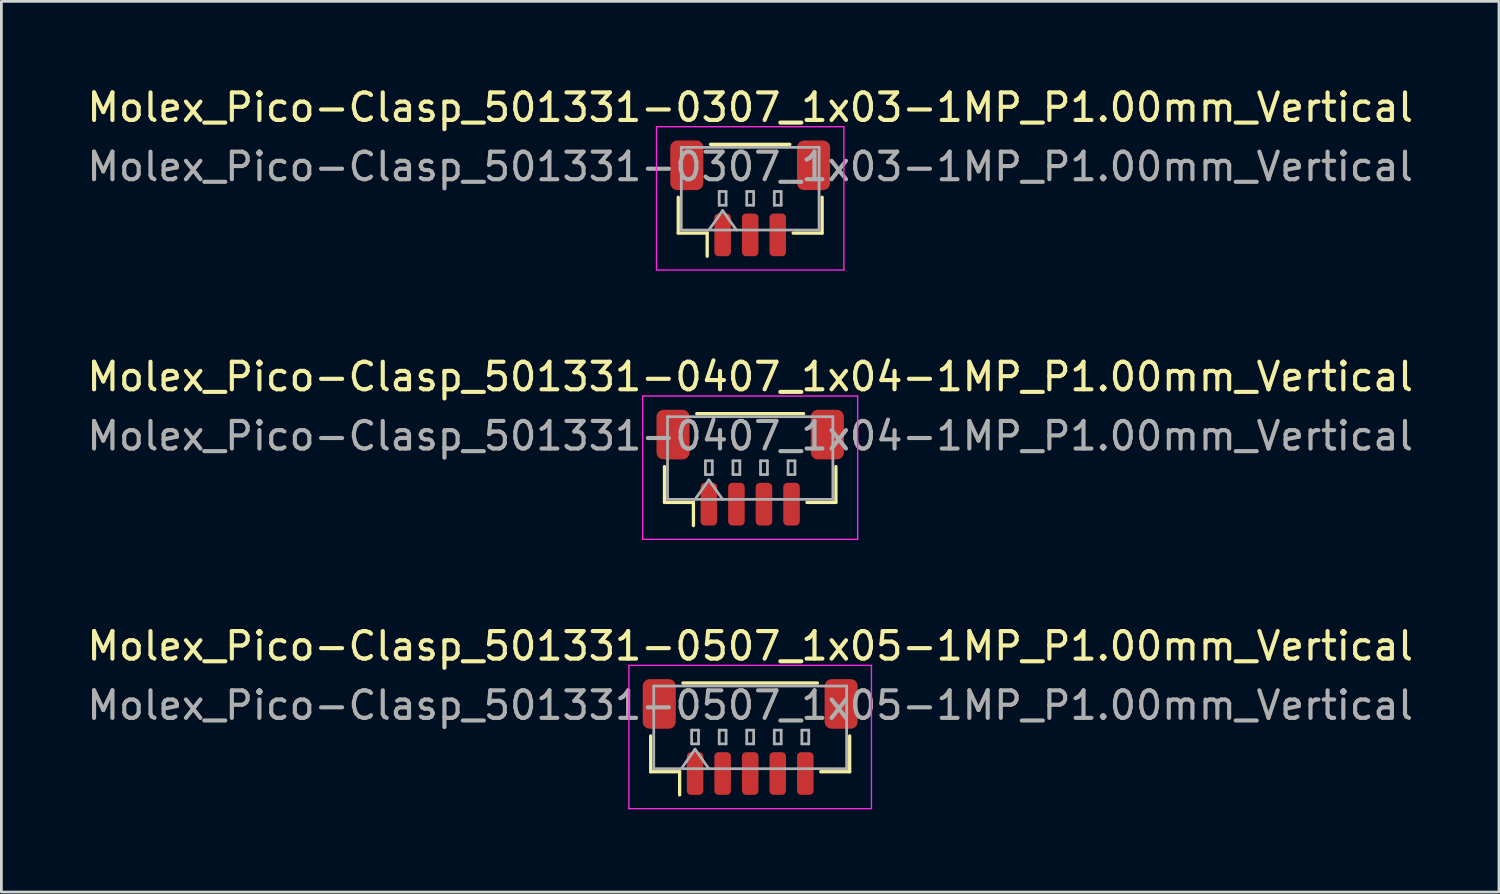
<source format=kicad_pcb>
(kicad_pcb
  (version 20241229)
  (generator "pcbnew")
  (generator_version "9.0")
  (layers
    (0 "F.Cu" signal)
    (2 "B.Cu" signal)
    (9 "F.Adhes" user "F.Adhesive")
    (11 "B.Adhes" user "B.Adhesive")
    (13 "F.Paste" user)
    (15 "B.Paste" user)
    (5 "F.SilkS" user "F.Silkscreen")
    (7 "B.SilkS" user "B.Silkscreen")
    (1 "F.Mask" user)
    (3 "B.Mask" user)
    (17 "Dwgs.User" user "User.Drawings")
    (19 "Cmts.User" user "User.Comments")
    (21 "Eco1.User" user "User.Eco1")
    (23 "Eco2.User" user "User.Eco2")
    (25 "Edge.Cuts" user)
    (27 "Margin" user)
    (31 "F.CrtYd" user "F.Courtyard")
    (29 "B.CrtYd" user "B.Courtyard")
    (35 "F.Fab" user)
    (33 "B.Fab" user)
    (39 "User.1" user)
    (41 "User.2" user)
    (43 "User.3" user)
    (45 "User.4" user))
  (footprint "Molex_Pico-Clasp_501331-0307_1x03-1MP_P1.00mm_Vertical"
    (layer "F.Cu")
    (at 24.173 4.148)
    (property "Reference" "Molex_Pico-Clasp_501331-0307_1x03-1MP_P1.00mm_Vertical" (at 0 -3.3 0) (layer "F.SilkS") (effects (font (size 1 1) (thickness 0.15))))
    (attr smd)
    (fp_line (start -2.61 -0.04) (end -2.61 1.26) (stroke (width 0.12) (type solid)) (layer "F.SilkS"))
    (fp_line (start -2.61 1.26) (end -1.56 1.26) (stroke (width 0.12) (type solid)) (layer "F.SilkS"))
    (fp_line (start -1.56 1.26) (end -1.56 2.1) (stroke (width 0.12) (type solid)) (layer "F.SilkS"))
    (fp_line (start -1.44 -1.96) (end 1.44 -1.96) (stroke (width 0.12) (type solid)) (layer "F.SilkS"))
    (fp_line (start 2.61 -0.04) (end 2.61 1.26) (stroke (width 0.12) (type solid)) (layer "F.SilkS"))
    (fp_line (start 2.61 1.26) (end 1.56 1.26) (stroke (width 0.12) (type solid)) (layer "F.SilkS"))
    (fp_line (start -3.4 -2.6) (end -3.4 2.6) (stroke (width 0.05) (type solid)) (layer "F.CrtYd"))
    (fp_line (start -3.4 2.6) (end 3.4 2.6) (stroke (width 0.05) (type solid)) (layer "F.CrtYd"))
    (fp_line (start 3.4 -2.6) (end -3.4 -2.6) (stroke (width 0.05) (type solid)) (layer "F.CrtYd"))
    (fp_line (start 3.4 2.6) (end 3.4 -2.6) (stroke (width 0.05) (type solid)) (layer "F.CrtYd"))
    (fp_line (start -2.5 -1.85) (end 2.5 -1.85) (stroke (width 0.1) (type solid)) (layer "F.Fab"))
    (fp_line (start -2.5 1.15) (end -2.5 -1.85) (stroke (width 0.1) (type solid)) (layer "F.Fab"))
    (fp_line (start -2.5 1.15) (end 2.5 1.15) (stroke (width 0.1) (type solid)) (layer "F.Fab"))
    (fp_line (start -1.5 1.15) (end -1 0.443) (stroke (width 0.1) (type solid)) (layer "F.Fab"))
    (fp_line (start -1.125 -0.25) (end -1.125 0.25) (stroke (width 0.1) (type solid)) (layer "F.Fab"))
    (fp_line (start -1.125 0.25) (end -0.875 0.25) (stroke (width 0.1) (type solid)) (layer "F.Fab"))
    (fp_line (start -1 0.443) (end -0.5 1.15) (stroke (width 0.1) (type solid)) (layer "F.Fab"))
    (fp_line (start -0.875 -0.25) (end -1.125 -0.25) (stroke (width 0.1) (type solid)) (layer "F.Fab"))
    (fp_line (start -0.875 0.25) (end -0.875 -0.25) (stroke (width 0.1) (type solid)) (layer "F.Fab"))
    (fp_line (start -0.125 -0.25) (end -0.125 0.25) (stroke (width 0.1) (type solid)) (layer "F.Fab"))
    (fp_line (start -0.125 0.25) (end 0.125 0.25) (stroke (width 0.1) (type solid)) (layer "F.Fab"))
    (fp_line (start 0.125 -0.25) (end -0.125 -0.25) (stroke (width 0.1) (type solid)) (layer "F.Fab"))
    (fp_line (start 0.125 0.25) (end 0.125 -0.25) (stroke (width 0.1) (type solid)) (layer "F.Fab"))
    (fp_line (start 0.875 -0.25) (end 0.875 0.25) (stroke (width 0.1) (type solid)) (layer "F.Fab"))
    (fp_line (start 0.875 0.25) (end 1.125 0.25) (stroke (width 0.1) (type solid)) (layer "F.Fab"))
    (fp_line (start 1.125 -0.25) (end 0.875 -0.25) (stroke (width 0.1) (type solid)) (layer "F.Fab"))
    (fp_line (start 1.125 0.25) (end 1.125 -0.25) (stroke (width 0.1) (type solid)) (layer "F.Fab"))
    (fp_line (start 2.5 1.15) (end 2.5 -1.85) (stroke (width 0.1) (type solid)) (layer "F.Fab"))
    (fp_text user "${REFERENCE}" (at 0 -1.15 0) (layer "F.Fab") (effects (font (size 1 1) (thickness 0.15))))
    (pad "1" smd roundrect (at -1 1.325) (size 0.6 1.55) (layers "F.Cu" "F.Mask" "F.Paste") (roundrect_rratio 0.25))
    (pad "2" smd roundrect (at 0 1.325) (size 0.6 1.55) (layers "F.Cu" "F.Mask" "F.Paste") (roundrect_rratio 0.25))
    (pad "3" smd roundrect (at 1 1.325) (size 0.6 1.55) (layers "F.Cu" "F.Mask" "F.Paste") (roundrect_rratio 0.25))
    (pad "MP" smd roundrect (at -2.3 -1.2) (size 1.2 1.8) (layers "F.Cu" "F.Mask" "F.Paste") (roundrect_rratio 0.208))
    (pad "MP" smd roundrect (at 2.3 -1.2) (size 1.2 1.8) (layers "F.Cu" "F.Mask" "F.Paste") (roundrect_rratio 0.208)))
  (footprint "Molex_Pico-Clasp_501331-0407_1x04-1MP_P1.00mm_Vertical"
    (layer "F.Cu")
    (at 24.173 13.921)
    (property "Reference" "Molex_Pico-Clasp_501331-0407_1x04-1MP_P1.00mm_Vertical" (at 0 -3.3 0) (layer "F.SilkS") (effects (font (size 1 1) (thickness 0.15))))
    (attr smd)
    (fp_line (start -3.11 -0.04) (end -3.11 1.26) (stroke (width 0.12) (type solid)) (layer "F.SilkS"))
    (fp_line (start -3.11 1.26) (end -2.06 1.26) (stroke (width 0.12) (type solid)) (layer "F.SilkS"))
    (fp_line (start -2.06 1.26) (end -2.06 2.1) (stroke (width 0.12) (type solid)) (layer "F.SilkS"))
    (fp_line (start -1.94 -1.96) (end 1.94 -1.96) (stroke (width 0.12) (type solid)) (layer "F.SilkS"))
    (fp_line (start 3.11 -0.04) (end 3.11 1.26) (stroke (width 0.12) (type solid)) (layer "F.SilkS"))
    (fp_line (start 3.11 1.26) (end 2.06 1.26) (stroke (width 0.12) (type solid)) (layer "F.SilkS"))
    (fp_line (start -3.9 -2.6) (end -3.9 2.6) (stroke (width 0.05) (type solid)) (layer "F.CrtYd"))
    (fp_line (start -3.9 2.6) (end 3.9 2.6) (stroke (width 0.05) (type solid)) (layer "F.CrtYd"))
    (fp_line (start 3.9 -2.6) (end -3.9 -2.6) (stroke (width 0.05) (type solid)) (layer "F.CrtYd"))
    (fp_line (start 3.9 2.6) (end 3.9 -2.6) (stroke (width 0.05) (type solid)) (layer "F.CrtYd"))
    (fp_line (start -3 -1.85) (end 3 -1.85) (stroke (width 0.1) (type solid)) (layer "F.Fab"))
    (fp_line (start -3 1.15) (end -3 -1.85) (stroke (width 0.1) (type solid)) (layer "F.Fab"))
    (fp_line (start -3 1.15) (end 3 1.15) (stroke (width 0.1) (type solid)) (layer "F.Fab"))
    (fp_line (start -2 1.15) (end -1.5 0.443) (stroke (width 0.1) (type solid)) (layer "F.Fab"))
    (fp_line (start -1.625 -0.25) (end -1.625 0.25) (stroke (width 0.1) (type solid)) (layer "F.Fab"))
    (fp_line (start -1.625 0.25) (end -1.375 0.25) (stroke (width 0.1) (type solid)) (layer "F.Fab"))
    (fp_line (start -1.5 0.443) (end -1 1.15) (stroke (width 0.1) (type solid)) (layer "F.Fab"))
    (fp_line (start -1.375 -0.25) (end -1.625 -0.25) (stroke (width 0.1) (type solid)) (layer "F.Fab"))
    (fp_line (start -1.375 0.25) (end -1.375 -0.25) (stroke (width 0.1) (type solid)) (layer "F.Fab"))
    (fp_line (start -0.625 -0.25) (end -0.625 0.25) (stroke (width 0.1) (type solid)) (layer "F.Fab"))
    (fp_line (start -0.625 0.25) (end -0.375 0.25) (stroke (width 0.1) (type solid)) (layer "F.Fab"))
    (fp_line (start -0.375 -0.25) (end -0.625 -0.25) (stroke (width 0.1) (type solid)) (layer "F.Fab"))
    (fp_line (start -0.375 0.25) (end -0.375 -0.25) (stroke (width 0.1) (type solid)) (layer "F.Fab"))
    (fp_line (start 0.375 -0.25) (end 0.375 0.25) (stroke (width 0.1) (type solid)) (layer "F.Fab"))
    (fp_line (start 0.375 0.25) (end 0.625 0.25) (stroke (width 0.1) (type solid)) (layer "F.Fab"))
    (fp_line (start 0.625 -0.25) (end 0.375 -0.25) (stroke (width 0.1) (type solid)) (layer "F.Fab"))
    (fp_line (start 0.625 0.25) (end 0.625 -0.25) (stroke (width 0.1) (type solid)) (layer "F.Fab"))
    (fp_line (start 1.375 -0.25) (end 1.375 0.25) (stroke (width 0.1) (type solid)) (layer "F.Fab"))
    (fp_line (start 1.375 0.25) (end 1.625 0.25) (stroke (width 0.1) (type solid)) (layer "F.Fab"))
    (fp_line (start 1.625 -0.25) (end 1.375 -0.25) (stroke (width 0.1) (type solid)) (layer "F.Fab"))
    (fp_line (start 1.625 0.25) (end 1.625 -0.25) (stroke (width 0.1) (type solid)) (layer "F.Fab"))
    (fp_line (start 3 1.15) (end 3 -1.85) (stroke (width 0.1) (type solid)) (layer "F.Fab"))
    (fp_text user "${REFERENCE}" (at 0 -1.15 0) (layer "F.Fab") (effects (font (size 1 1) (thickness 0.15))))
    (pad "1" smd roundrect (at -1.5 1.325) (size 0.6 1.55) (layers "F.Cu" "F.Mask" "F.Paste") (roundrect_rratio 0.25))
    (pad "2" smd roundrect (at -0.5 1.325) (size 0.6 1.55) (layers "F.Cu" "F.Mask" "F.Paste") (roundrect_rratio 0.25))
    (pad "3" smd roundrect (at 0.5 1.325) (size 0.6 1.55) (layers "F.Cu" "F.Mask" "F.Paste") (roundrect_rratio 0.25))
    (pad "4" smd roundrect (at 1.5 1.325) (size 0.6 1.55) (layers "F.Cu" "F.Mask" "F.Paste") (roundrect_rratio 0.25))
    (pad "MP" smd roundrect (at -2.8 -1.2) (size 1.2 1.8) (layers "F.Cu" "F.Mask" "F.Paste") (roundrect_rratio 0.208))
    (pad "MP" smd roundrect (at 2.8 -1.2) (size 1.2 1.8) (layers "F.Cu" "F.Mask" "F.Paste") (roundrect_rratio 0.208)))
  (footprint "Molex_Pico-Clasp_501331-0507_1x05-1MP_P1.00mm_Vertical"
    (layer "F.Cu")
    (at 24.173 23.695)
    (property "Reference" "Molex_Pico-Clasp_501331-0507_1x05-1MP_P1.00mm_Vertical" (at 0 -3.3 0) (layer "F.SilkS") (effects (font (size 1 1) (thickness 0.15))))
    (attr smd)
    (fp_line (start -3.61 -0.04) (end -3.61 1.26) (stroke (width 0.12) (type solid)) (layer "F.SilkS"))
    (fp_line (start -3.61 1.26) (end -2.56 1.26) (stroke (width 0.12) (type solid)) (layer "F.SilkS"))
    (fp_line (start -2.56 1.26) (end -2.56 2.1) (stroke (width 0.12) (type solid)) (layer "F.SilkS"))
    (fp_line (start -2.44 -1.96) (end 2.44 -1.96) (stroke (width 0.12) (type solid)) (layer "F.SilkS"))
    (fp_line (start 3.61 -0.04) (end 3.61 1.26) (stroke (width 0.12) (type solid)) (layer "F.SilkS"))
    (fp_line (start 3.61 1.26) (end 2.56 1.26) (stroke (width 0.12) (type solid)) (layer "F.SilkS"))
    (fp_line (start -4.4 -2.6) (end -4.4 2.6) (stroke (width 0.05) (type solid)) (layer "F.CrtYd"))
    (fp_line (start -4.4 2.6) (end 4.4 2.6) (stroke (width 0.05) (type solid)) (layer "F.CrtYd"))
    (fp_line (start 4.4 -2.6) (end -4.4 -2.6) (stroke (width 0.05) (type solid)) (layer "F.CrtYd"))
    (fp_line (start 4.4 2.6) (end 4.4 -2.6) (stroke (width 0.05) (type solid)) (layer "F.CrtYd"))
    (fp_line (start -3.5 -1.85) (end 3.5 -1.85) (stroke (width 0.1) (type solid)) (layer "F.Fab"))
    (fp_line (start -3.5 1.15) (end -3.5 -1.85) (stroke (width 0.1) (type solid)) (layer "F.Fab"))
    (fp_line (start -3.5 1.15) (end 3.5 1.15) (stroke (width 0.1) (type solid)) (layer "F.Fab"))
    (fp_line (start -2.5 1.15) (end -2 0.443) (stroke (width 0.1) (type solid)) (layer "F.Fab"))
    (fp_line (start -2.125 -0.25) (end -2.125 0.25) (stroke (width 0.1) (type solid)) (layer "F.Fab"))
    (fp_line (start -2.125 0.25) (end -1.875 0.25) (stroke (width 0.1) (type solid)) (layer "F.Fab"))
    (fp_line (start -2 0.443) (end -1.5 1.15) (stroke (width 0.1) (type solid)) (layer "F.Fab"))
    (fp_line (start -1.875 -0.25) (end -2.125 -0.25) (stroke (width 0.1) (type solid)) (layer "F.Fab"))
    (fp_line (start -1.875 0.25) (end -1.875 -0.25) (stroke (width 0.1) (type solid)) (layer "F.Fab"))
    (fp_line (start -1.125 -0.25) (end -1.125 0.25) (stroke (width 0.1) (type solid)) (layer "F.Fab"))
    (fp_line (start -1.125 0.25) (end -0.875 0.25) (stroke (width 0.1) (type solid)) (layer "F.Fab"))
    (fp_line (start -0.875 -0.25) (end -1.125 -0.25) (stroke (width 0.1) (type solid)) (layer "F.Fab"))
    (fp_line (start -0.875 0.25) (end -0.875 -0.25) (stroke (width 0.1) (type solid)) (layer "F.Fab"))
    (fp_line (start -0.125 -0.25) (end -0.125 0.25) (stroke (width 0.1) (type solid)) (layer "F.Fab"))
    (fp_line (start -0.125 0.25) (end 0.125 0.25) (stroke (width 0.1) (type solid)) (layer "F.Fab"))
    (fp_line (start 0.125 -0.25) (end -0.125 -0.25) (stroke (width 0.1) (type solid)) (layer "F.Fab"))
    (fp_line (start 0.125 0.25) (end 0.125 -0.25) (stroke (width 0.1) (type solid)) (layer "F.Fab"))
    (fp_line (start 0.875 -0.25) (end 0.875 0.25) (stroke (width 0.1) (type solid)) (layer "F.Fab"))
    (fp_line (start 0.875 0.25) (end 1.125 0.25) (stroke (width 0.1) (type solid)) (layer "F.Fab"))
    (fp_line (start 1.125 -0.25) (end 0.875 -0.25) (stroke (width 0.1) (type solid)) (layer "F.Fab"))
    (fp_line (start 1.125 0.25) (end 1.125 -0.25) (stroke (width 0.1) (type solid)) (layer "F.Fab"))
    (fp_line (start 1.875 -0.25) (end 1.875 0.25) (stroke (width 0.1) (type solid)) (layer "F.Fab"))
    (fp_line (start 1.875 0.25) (end 2.125 0.25) (stroke (width 0.1) (type solid)) (layer "F.Fab"))
    (fp_line (start 2.125 -0.25) (end 1.875 -0.25) (stroke (width 0.1) (type solid)) (layer "F.Fab"))
    (fp_line (start 2.125 0.25) (end 2.125 -0.25) (stroke (width 0.1) (type solid)) (layer "F.Fab"))
    (fp_line (start 3.5 1.15) (end 3.5 -1.85) (stroke (width 0.1) (type solid)) (layer "F.Fab"))
    (fp_text user "${REFERENCE}" (at 0 -1.15 0) (layer "F.Fab") (effects (font (size 1 1) (thickness 0.15))))
    (pad "1" smd roundrect (at -2 1.325) (size 0.6 1.55) (layers "F.Cu" "F.Mask" "F.Paste") (roundrect_rratio 0.25))
    (pad "2" smd roundrect (at -1 1.325) (size 0.6 1.55) (layers "F.Cu" "F.Mask" "F.Paste") (roundrect_rratio 0.25))
    (pad "3" smd roundrect (at 0 1.325) (size 0.6 1.55) (layers "F.Cu" "F.Mask" "F.Paste") (roundrect_rratio 0.25))
    (pad "4" smd roundrect (at 1 1.325) (size 0.6 1.55) (layers "F.Cu" "F.Mask" "F.Paste") (roundrect_rratio 0.25))
    (pad "5" smd roundrect (at 2 1.325) (size 0.6 1.55) (layers "F.Cu" "F.Mask" "F.Paste") (roundrect_rratio 0.25))
    (pad "MP" smd roundrect (at -3.3 -1.2) (size 1.2 1.8) (layers "F.Cu" "F.Mask" "F.Paste") (roundrect_rratio 0.208))
    (pad "MP" smd roundrect (at 3.3 -1.2) (size 1.2 1.8) (layers "F.Cu" "F.Mask" "F.Paste") (roundrect_rratio 0.208)))
  (gr_rect
    (start -3 -3)
    (end 51.345 29.32)
    (stroke (width 0.1) (type default))
    (fill no)
    (layer "Edge.Cuts")))
</source>
